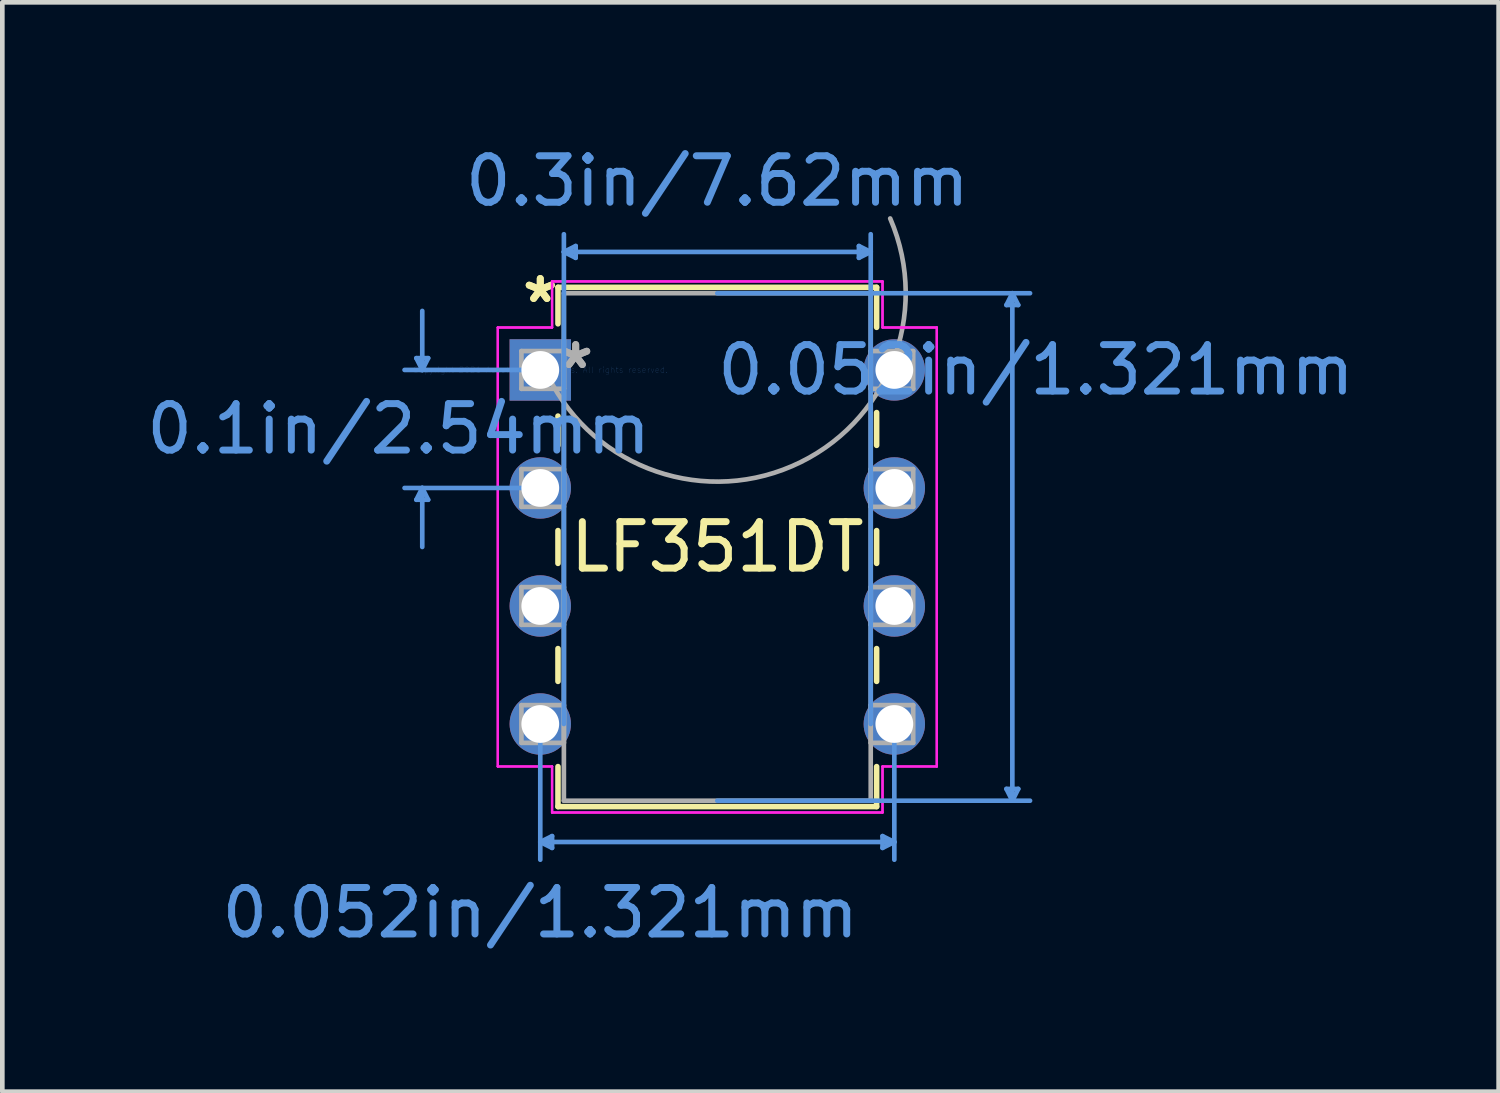
<source format=kicad_pcb>
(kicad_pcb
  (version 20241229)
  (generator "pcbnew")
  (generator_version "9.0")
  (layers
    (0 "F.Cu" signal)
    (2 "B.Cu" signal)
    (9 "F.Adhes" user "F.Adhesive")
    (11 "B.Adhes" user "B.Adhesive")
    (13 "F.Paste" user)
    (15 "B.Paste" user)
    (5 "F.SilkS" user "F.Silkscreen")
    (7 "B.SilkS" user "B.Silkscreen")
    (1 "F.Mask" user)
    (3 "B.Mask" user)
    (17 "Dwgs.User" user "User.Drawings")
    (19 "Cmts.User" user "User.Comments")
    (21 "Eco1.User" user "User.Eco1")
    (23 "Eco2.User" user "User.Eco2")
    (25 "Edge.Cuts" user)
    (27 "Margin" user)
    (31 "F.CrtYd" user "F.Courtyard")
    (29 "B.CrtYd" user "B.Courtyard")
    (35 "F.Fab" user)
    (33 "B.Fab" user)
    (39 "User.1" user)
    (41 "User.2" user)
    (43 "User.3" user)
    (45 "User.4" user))
  (footprint "LF351DT"
    (layer "F.Cu")
    (at 8.578 4.912)
    (property "Reference" "LF351DT" (at 3.81 3.81 0) (layer "F.SilkS") (effects (font (size 1 1) (thickness 0.15))))
    (attr through_hole)
    (fp_line (start 0.381 -1.778) (end 0.381 -0.993) (stroke (width 0.12) (type solid)) (layer "F.SilkS"))
    (fp_line (start 0.381 0.993) (end 0.381 1.623) (stroke (width 0.12) (type solid)) (layer "F.SilkS"))
    (fp_line (start 0.381 3.457) (end 0.381 4.163) (stroke (width 0.12) (type solid)) (layer "F.SilkS"))
    (fp_line (start 0.381 5.997) (end 0.381 6.703) (stroke (width 0.12) (type solid)) (layer "F.SilkS"))
    (fp_line (start 0.381 8.537) (end 0.381 9.398) (stroke (width 0.12) (type solid)) (layer "F.SilkS"))
    (fp_line (start 0.381 9.398) (end 7.239 9.398) (stroke (width 0.12) (type solid)) (layer "F.SilkS"))
    (fp_line (start 7.239 -1.778) (end 0.381 -1.778) (stroke (width 0.12) (type solid)) (layer "F.SilkS"))
    (fp_line (start 7.239 -0.917) (end 7.239 -1.778) (stroke (width 0.12) (type solid)) (layer "F.SilkS"))
    (fp_line (start 7.239 1.623) (end 7.239 0.917) (stroke (width 0.12) (type solid)) (layer "F.SilkS"))
    (fp_line (start 7.239 4.163) (end 7.239 3.457) (stroke (width 0.12) (type solid)) (layer "F.SilkS"))
    (fp_line (start 7.239 6.703) (end 7.239 5.997) (stroke (width 0.12) (type solid)) (layer "F.SilkS"))
    (fp_line (start 7.239 9.398) (end 7.239 8.537) (stroke (width 0.12) (type solid)) (layer "F.SilkS"))
    (fp_line (start -2.667 -0.254) (end -2.413 -0.254) (stroke (width 0.1) (type solid)) (layer "Cmts.User"))
    (fp_line (start -2.667 2.794) (end -2.413 2.794) (stroke (width 0.1) (type solid)) (layer "Cmts.User"))
    (fp_line (start -2.54 0) (end -2.667 -0.254) (stroke (width 0.1) (type solid)) (layer "Cmts.User"))
    (fp_line (start -2.54 0) (end -2.54 -1.27) (stroke (width 0.1) (type solid)) (layer "Cmts.User"))
    (fp_line (start -2.54 0) (end -2.413 -0.254) (stroke (width 0.1) (type solid)) (layer "Cmts.User"))
    (fp_line (start -2.54 2.54) (end -2.667 2.794) (stroke (width 0.1) (type solid)) (layer "Cmts.User"))
    (fp_line (start -2.54 2.54) (end -2.54 3.81) (stroke (width 0.1) (type solid)) (layer "Cmts.User"))
    (fp_line (start -2.54 2.54) (end -2.413 2.794) (stroke (width 0.1) (type solid)) (layer "Cmts.User"))
    (fp_line (start 0 0) (end -2.921 0) (stroke (width 0.1) (type solid)) (layer "Cmts.User"))
    (fp_line (start 0 2.54) (end -2.921 2.54) (stroke (width 0.1) (type solid)) (layer "Cmts.User"))
    (fp_line (start 0 7.62) (end 0 10.541) (stroke (width 0.1) (type solid)) (layer "Cmts.User"))
    (fp_line (start 0 10.16) (end 0.254 10.033) (stroke (width 0.1) (type solid)) (layer "Cmts.User"))
    (fp_line (start 0 10.16) (end 0.254 10.287) (stroke (width 0.1) (type solid)) (layer "Cmts.User"))
    (fp_line (start 0 10.16) (end 7.62 10.16) (stroke (width 0.1) (type solid)) (layer "Cmts.User"))
    (fp_line (start 0.254 10.033) (end 0.254 10.287) (stroke (width 0.1) (type solid)) (layer "Cmts.User"))
    (fp_line (start 0.508 -2.54) (end 0.762 -2.667) (stroke (width 0.1) (type solid)) (layer "Cmts.User"))
    (fp_line (start 0.508 -2.54) (end 0.762 -2.413) (stroke (width 0.1) (type solid)) (layer "Cmts.User"))
    (fp_line (start 0.508 -2.54) (end 7.112 -2.54) (stroke (width 0.1) (type solid)) (layer "Cmts.User"))
    (fp_line (start 0.508 7.62) (end 0.508 -2.921) (stroke (width 0.1) (type solid)) (layer "Cmts.User"))
    (fp_line (start 0.762 -2.667) (end 0.762 -2.413) (stroke (width 0.1) (type solid)) (layer "Cmts.User"))
    (fp_line (start 3.81 -1.651) (end 10.541 -1.651) (stroke (width 0.1) (type solid)) (layer "Cmts.User"))
    (fp_line (start 3.81 9.271) (end 10.541 9.271) (stroke (width 0.1) (type solid)) (layer "Cmts.User"))
    (fp_line (start 6.858 -2.667) (end 6.858 -2.413) (stroke (width 0.1) (type solid)) (layer "Cmts.User"))
    (fp_line (start 7.112 -2.54) (end 6.858 -2.667) (stroke (width 0.1) (type solid)) (layer "Cmts.User"))
    (fp_line (start 7.112 -2.54) (end 6.858 -2.413) (stroke (width 0.1) (type solid)) (layer "Cmts.User"))
    (fp_line (start 7.112 7.62) (end 7.112 -2.921) (stroke (width 0.1) (type solid)) (layer "Cmts.User"))
    (fp_line (start 7.366 10.033) (end 7.366 10.287) (stroke (width 0.1) (type solid)) (layer "Cmts.User"))
    (fp_line (start 7.62 7.62) (end 7.62 10.541) (stroke (width 0.1) (type solid)) (layer "Cmts.User"))
    (fp_line (start 7.62 10.16) (end 7.366 10.033) (stroke (width 0.1) (type solid)) (layer "Cmts.User"))
    (fp_line (start 7.62 10.16) (end 7.366 10.287) (stroke (width 0.1) (type solid)) (layer "Cmts.User"))
    (fp_line (start 10.033 -1.397) (end 10.287 -1.397) (stroke (width 0.1) (type solid)) (layer "Cmts.User"))
    (fp_line (start 10.033 9.017) (end 10.287 9.017) (stroke (width 0.1) (type solid)) (layer "Cmts.User"))
    (fp_line (start 10.16 -1.651) (end 10.033 -1.397) (stroke (width 0.1) (type solid)) (layer "Cmts.User"))
    (fp_line (start 10.16 -1.651) (end 10.16 9.271) (stroke (width 0.1) (type solid)) (layer "Cmts.User"))
    (fp_line (start 10.16 -1.651) (end 10.287 -1.397) (stroke (width 0.1) (type solid)) (layer "Cmts.User"))
    (fp_line (start 10.16 9.271) (end 10.033 9.017) (stroke (width 0.1) (type solid)) (layer "Cmts.User"))
    (fp_line (start 10.16 9.271) (end 10.287 9.017) (stroke (width 0.1) (type solid)) (layer "Cmts.User"))
    (fp_line (start -0.914 -0.914) (end -0.914 8.534) (stroke (width 0.05) (type solid)) (layer "F.CrtYd"))
    (fp_line (start -0.914 -0.914) (end 0.254 -0.914) (stroke (width 0.05) (type solid)) (layer "F.CrtYd"))
    (fp_line (start -0.914 8.534) (end -0.914 -0.914) (stroke (width 0.05) (type solid)) (layer "F.CrtYd"))
    (fp_line (start -0.914 8.534) (end 0.254 8.534) (stroke (width 0.05) (type solid)) (layer "F.CrtYd"))
    (fp_line (start 0.254 -1.905) (end 0.254 -0.914) (stroke (width 0.05) (type solid)) (layer "F.CrtYd"))
    (fp_line (start 0.254 -1.905) (end 7.366 -1.905) (stroke (width 0.05) (type solid)) (layer "F.CrtYd"))
    (fp_line (start 0.254 -0.914) (end -0.914 -0.914) (stroke (width 0.05) (type solid)) (layer "F.CrtYd"))
    (fp_line (start 0.254 -0.914) (end 0.254 -1.905) (stroke (width 0.05) (type solid)) (layer "F.CrtYd"))
    (fp_line (start 0.254 8.534) (end -0.914 8.534) (stroke (width 0.05) (type solid)) (layer "F.CrtYd"))
    (fp_line (start 0.254 8.534) (end 0.254 9.525) (stroke (width 0.05) (type solid)) (layer "F.CrtYd"))
    (fp_line (start 0.254 9.525) (end 0.254 8.534) (stroke (width 0.05) (type solid)) (layer "F.CrtYd"))
    (fp_line (start 0.254 9.525) (end 7.366 9.525) (stroke (width 0.05) (type solid)) (layer "F.CrtYd"))
    (fp_line (start 7.366 -1.905) (end 0.254 -1.905) (stroke (width 0.05) (type solid)) (layer "F.CrtYd"))
    (fp_line (start 7.366 -1.905) (end 7.366 -0.914) (stroke (width 0.05) (type solid)) (layer "F.CrtYd"))
    (fp_line (start 7.366 -0.914) (end 7.366 -1.905) (stroke (width 0.05) (type solid)) (layer "F.CrtYd"))
    (fp_line (start 7.366 8.534) (end 7.366 9.525) (stroke (width 0.05) (type solid)) (layer "F.CrtYd"))
    (fp_line (start 7.366 8.534) (end 8.534 8.534) (stroke (width 0.05) (type solid)) (layer "F.CrtYd"))
    (fp_line (start 7.366 9.525) (end 0.254 9.525) (stroke (width 0.05) (type solid)) (layer "F.CrtYd"))
    (fp_line (start 7.366 9.525) (end 7.366 8.534) (stroke (width 0.05) (type solid)) (layer "F.CrtYd"))
    (fp_line (start 8.534 -0.914) (end 7.366 -0.914) (stroke (width 0.05) (type solid)) (layer "F.CrtYd"))
    (fp_line (start 8.534 -0.914) (end 7.366 -0.914) (stroke (width 0.05) (type solid)) (layer "F.CrtYd"))
    (fp_line (start 8.534 -0.914) (end 8.534 8.534) (stroke (width 0.05) (type solid)) (layer "F.CrtYd"))
    (fp_line (start 8.534 8.534) (end 7.366 8.534) (stroke (width 0.05) (type solid)) (layer "F.CrtYd"))
    (fp_line (start 8.534 8.534) (end 8.534 -0.914) (stroke (width 0.05) (type solid)) (layer "F.CrtYd"))
    (fp_line (start -0.406 -0.406) (end -0.406 0.406) (stroke (width 0.1) (type solid)) (layer "F.Fab"))
    (fp_line (start -0.406 0.406) (end 0.508 0.406) (stroke (width 0.1) (type solid)) (layer "F.Fab"))
    (fp_line (start -0.406 2.134) (end -0.406 2.946) (stroke (width 0.1) (type solid)) (layer "F.Fab"))
    (fp_line (start -0.406 2.946) (end 0.508 2.946) (stroke (width 0.1) (type solid)) (layer "F.Fab"))
    (fp_line (start -0.406 4.674) (end -0.406 5.486) (stroke (width 0.1) (type solid)) (layer "F.Fab"))
    (fp_line (start -0.406 5.486) (end 0.508 5.486) (stroke (width 0.1) (type solid)) (layer "F.Fab"))
    (fp_line (start -0.406 7.214) (end -0.406 8.026) (stroke (width 0.1) (type solid)) (layer "F.Fab"))
    (fp_line (start -0.406 8.026) (end 0.508 8.026) (stroke (width 0.1) (type solid)) (layer "F.Fab"))
    (fp_line (start 0.508 -1.651) (end 0.508 9.271) (stroke (width 0.1) (type solid)) (layer "F.Fab"))
    (fp_line (start 0.508 -0.406) (end -0.406 -0.406) (stroke (width 0.1) (type solid)) (layer "F.Fab"))
    (fp_line (start 0.508 0.406) (end 0.508 -0.406) (stroke (width 0.1) (type solid)) (layer "F.Fab"))
    (fp_line (start 0.508 2.134) (end -0.406 2.134) (stroke (width 0.1) (type solid)) (layer "F.Fab"))
    (fp_line (start 0.508 2.946) (end 0.508 2.134) (stroke (width 0.1) (type solid)) (layer "F.Fab"))
    (fp_line (start 0.508 4.674) (end -0.406 4.674) (stroke (width 0.1) (type solid)) (layer "F.Fab"))
    (fp_line (start 0.508 5.486) (end 0.508 4.674) (stroke (width 0.1) (type solid)) (layer "F.Fab"))
    (fp_line (start 0.508 7.214) (end -0.406 7.214) (stroke (width 0.1) (type solid)) (layer "F.Fab"))
    (fp_line (start 0.508 8.026) (end 0.508 7.214) (stroke (width 0.1) (type solid)) (layer "F.Fab"))
    (fp_line (start 0.508 9.271) (end 7.112 9.271) (stroke (width 0.1) (type solid)) (layer "F.Fab"))
    (fp_line (start 7.112 -1.651) (end 0.508 -1.651) (stroke (width 0.1) (type solid)) (layer "F.Fab"))
    (fp_line (start 7.112 -0.406) (end 7.112 0.406) (stroke (width 0.1) (type solid)) (layer "F.Fab"))
    (fp_line (start 7.112 0.406) (end 8.026 0.406) (stroke (width 0.1) (type solid)) (layer "F.Fab"))
    (fp_line (start 7.112 2.134) (end 7.112 2.946) (stroke (width 0.1) (type solid)) (layer "F.Fab"))
    (fp_line (start 7.112 2.946) (end 8.026 2.946) (stroke (width 0.1) (type solid)) (layer "F.Fab"))
    (fp_line (start 7.112 4.674) (end 7.112 5.486) (stroke (width 0.1) (type solid)) (layer "F.Fab"))
    (fp_line (start 7.112 5.486) (end 8.026 5.486) (stroke (width 0.1) (type solid)) (layer "F.Fab"))
    (fp_line (start 7.112 7.214) (end 7.112 8.026) (stroke (width 0.1) (type solid)) (layer "F.Fab"))
    (fp_line (start 7.112 8.026) (end 8.026 8.026) (stroke (width 0.1) (type solid)) (layer "F.Fab"))
    (fp_line (start 7.112 9.271) (end 7.112 -1.651) (stroke (width 0.1) (type solid)) (layer "F.Fab"))
    (fp_line (start 8.026 -0.406) (end 7.112 -0.406) (stroke (width 0.1) (type solid)) (layer "F.Fab"))
    (fp_line (start 8.026 0.406) (end 8.026 -0.406) (stroke (width 0.1) (type solid)) (layer "F.Fab"))
    (fp_line (start 8.026 2.134) (end 7.112 2.134) (stroke (width 0.1) (type solid)) (layer "F.Fab"))
    (fp_line (start 8.026 2.946) (end 8.026 2.134) (stroke (width 0.1) (type solid)) (layer "F.Fab"))
    (fp_line (start 8.026 4.674) (end 7.112 4.674) (stroke (width 0.1) (type solid)) (layer "F.Fab"))
    (fp_line (start 8.026 5.486) (end 8.026 4.674) (stroke (width 0.1) (type solid)) (layer "F.Fab"))
    (fp_line (start 8.026 7.214) (end 7.112 7.214) (stroke (width 0.1) (type solid)) (layer "F.Fab"))
    (fp_line (start 8.026 8.026) (end 8.026 7.214) (stroke (width 0.1) (type solid)) (layer "F.Fab"))
    (fp_arc (start 7.530968 -3.260065) (mid 5.419065 2.069968) (end 0.089032 -0.041935) (stroke (width 0.1) (type solid)) (layer "F.Fab"))
    (fp_text user "*" (at 0 -1.422 0) (layer "F.SilkS") (effects (font (size 1 1) (thickness 0.15))))
    (fp_text user "*" (at 0 -1.422 0) (layer "F.SilkS") (effects (font (size 1 1) (thickness 0.15))))
    (fp_text user "0.052in/1.321mm" (at 0 11.684 0) (layer "Cmts.User") (effects (font (size 1 1) (thickness 0.15))))
    (fp_text user "0.3in/7.62mm" (at 3.81 -4.064 0) (layer "Cmts.User") (effects (font (size 1 1) (thickness 0.15))))
    (fp_text user "Copyright 2021 Accelerated Designs. All rights reserved." (at 0 0 0) (layer "Cmts.User") (effects (font (size 0.127 0.127) (thickness 0.002))))
    (fp_text user "0.052in/1.321mm" (at 10.668 0 0) (layer "Cmts.User") (effects (font (size 1 1) (thickness 0.15))))
    (fp_text user "0.1in/2.54mm" (at -3.048 1.27 0) (layer "Cmts.User") (effects (font (size 1 1) (thickness 0.15))))
    (fp_text user "*" (at 0.762 0 0) (layer "F.Fab") (effects (font (size 1 1) (thickness 0.15))))
    (fp_text user "*" (at 0.762 0 0) (layer "F.Fab") (effects (font (size 1 1) (thickness 0.15))))
    (pad "1" thru_hole rect (at 0 0) (size 1.321 1.321) (drill 0.813) (layers "*.Cu" "*.Mask"))
    (pad "2" thru_hole circle (at 0 2.54) (size 1.321 1.321) (drill 0.813) (layers "*.Cu" "*.Mask"))
    (pad "3" thru_hole circle (at 0 5.08) (size 1.321 1.321) (drill 0.813) (layers "*.Cu" "*.Mask"))
    (pad "4" thru_hole circle (at 0 7.62) (size 1.321 1.321) (drill 0.813) (layers "*.Cu" "*.Mask"))
    (pad "5" thru_hole circle (at 7.62 7.62) (size 1.321 1.321) (drill 0.813) (layers "*.Cu" "*.Mask"))
    (pad "6" thru_hole circle (at 7.62 5.08) (size 1.321 1.321) (drill 0.813) (layers "*.Cu" "*.Mask"))
    (pad "7" thru_hole circle (at 7.62 2.54) (size 1.321 1.321) (drill 0.813) (layers "*.Cu" "*.Mask"))
    (pad "8" thru_hole circle (at 7.62 0) (size 1.321 1.321) (drill 0.813) (layers "*.Cu" "*.Mask")))
  (gr_rect
    (start -3 -3)
    (end 29.204 20.445)
    (stroke (width 0.1) (type default))
    (fill no)
    (layer "Edge.Cuts")))
</source>
